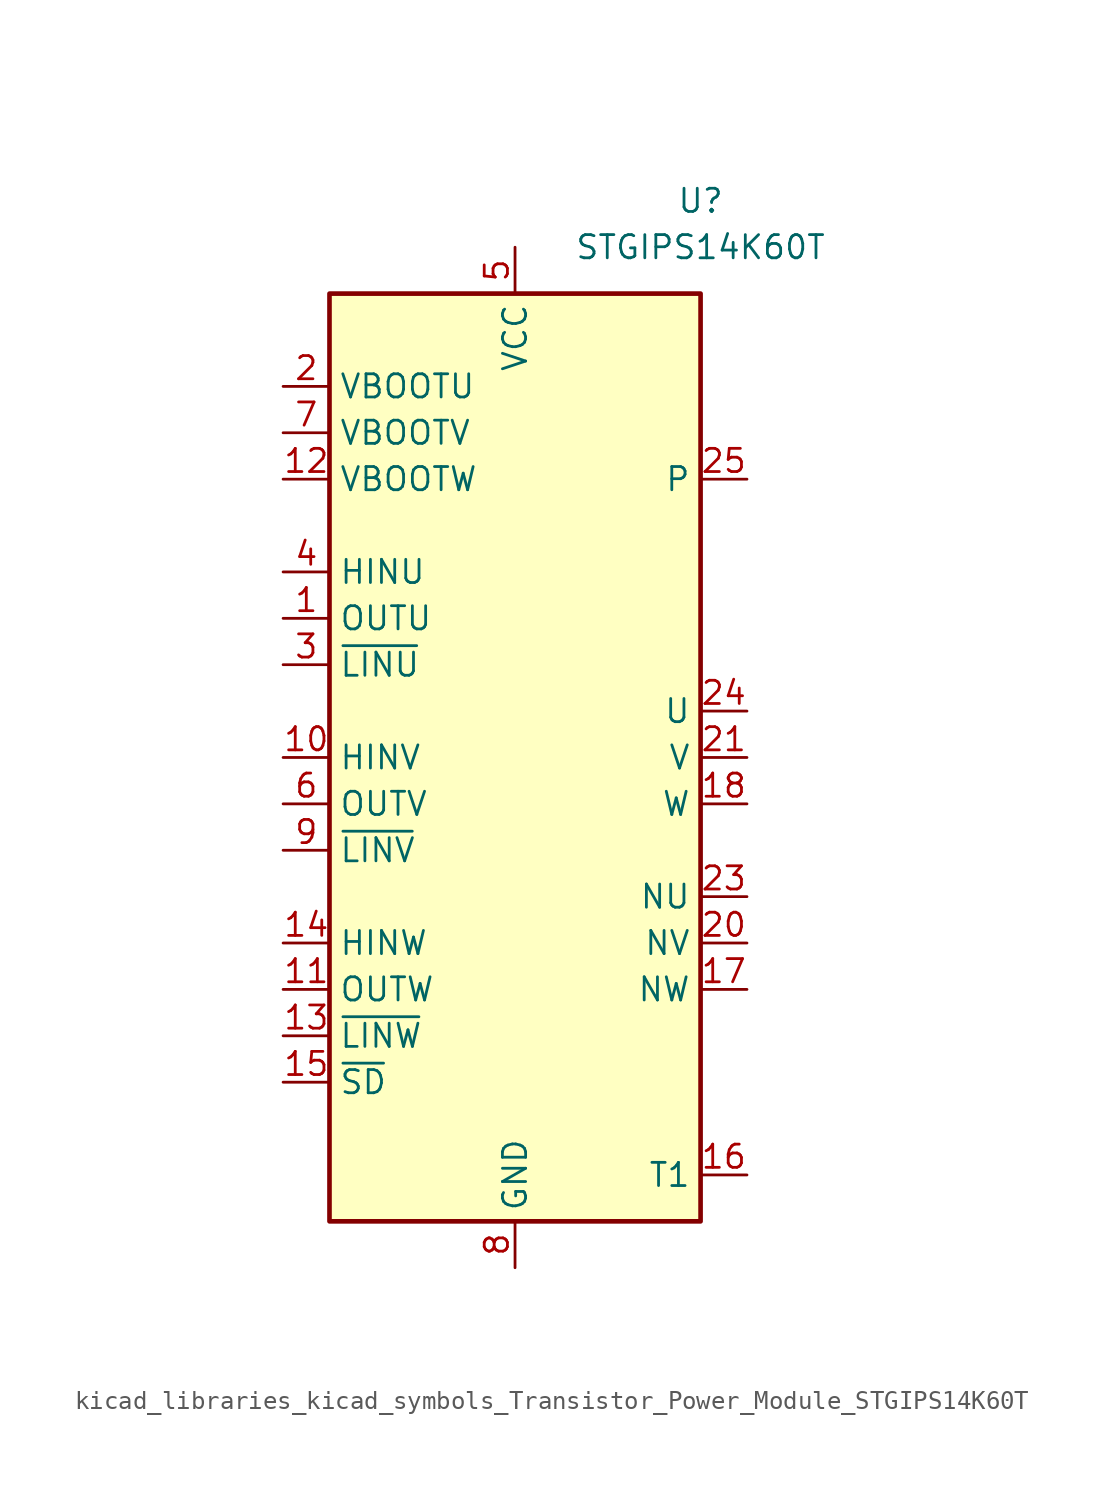
<source format=kicad_sym>
(kicad_symbol_lib
  (version 20220914)
  (generator kicad_symbol_editor)
  (symbol "kicad_libraries_kicad_symbols_Transistor_Power_Module_STGIPS14K60T"
    (property "Reference" "U"
      (at 10.16 30.48 0)
      (effects (font (size 1.27 1.27))))
    (property "Value" "STGIPS14K60T"
      (at 10.16 27.94 0)
      (effects (font (size 1.27 1.27))))
    (symbol "kicad_libraries_kicad_symbols_Transistor_Power_Module_STGIPS14K60T_0_1"
      (rectangle (start -10.16 25.4) (end 10.16 -25.4) (stroke (width 0.254) (type default)) (fill (type background))))
    (symbol "kicad_libraries_kicad_symbols_Transistor_Power_Module_STGIPS14K60T_1_1"
      (pin output line (at -12.7 7.62 0) (length 2.54) (name "OUTU" (effects (font (size 1.27 1.27)))) (number "1" (effects (font (size 1.27 1.27)))))
      (pin input line (at -12.7 0 0) (length 2.54) (name "HINV" (effects (font (size 1.27 1.27)))) (number "10" (effects (font (size 1.27 1.27)))))
      (pin output line (at -12.7 -12.7 0) (length 2.54) (name "OUTW" (effects (font (size 1.27 1.27)))) (number "11" (effects (font (size 1.27 1.27)))))
      (pin passive line (at -12.7 15.24 0) (length 2.54) (name "VBOOTW" (effects (font (size 1.27 1.27)))) (number "12" (effects (font (size 1.27 1.27)))))
      (pin input line (at -12.7 -15.24 0) (length 2.54) (name "~{LINW}" (effects (font (size 1.27 1.27)))) (number "13" (effects (font (size 1.27 1.27)))))
      (pin input line (at -12.7 -10.16 0) (length 2.54) (name "HINW" (effects (font (size 1.27 1.27)))) (number "14" (effects (font (size 1.27 1.27)))))
      (pin input line (at -12.7 -17.78 0) (length 2.54) (name "~{SD}" (effects (font (size 1.27 1.27)))) (number "15" (effects (font (size 1.27 1.27)))))
      (pin passive line (at 12.7 -22.86 180) (length 2.54) (name "T1" (effects (font (size 1.27 1.27)))) (number "16" (effects (font (size 1.27 1.27)))))
      (pin passive line (at 12.7 -12.7 180) (length 2.54) (name "NW" (effects (font (size 1.27 1.27)))) (number "17" (effects (font (size 1.27 1.27)))))
      (pin passive line (at 12.7 -2.54 180) (length 2.54) (name "W" (effects (font (size 1.27 1.27)))) (number "18" (effects (font (size 1.27 1.27)))))
      (pin passive line (at 12.7 15.24 180) (length 2.54) hide (name "P" (effects (font (size 1.27 1.27)))) (number "19" (effects (font (size 1.27 1.27)))))
      (pin passive line (at -12.7 20.32 0) (length 2.54) (name "VBOOTU" (effects (font (size 1.27 1.27)))) (number "2" (effects (font (size 1.27 1.27)))))
      (pin passive line (at 12.7 -10.16 180) (length 2.54) (name "NV" (effects (font (size 1.27 1.27)))) (number "20" (effects (font (size 1.27 1.27)))))
      (pin passive line (at 12.7 0 180) (length 2.54) (name "V" (effects (font (size 1.27 1.27)))) (number "21" (effects (font (size 1.27 1.27)))))
      (pin passive line (at 12.7 15.24 180) (length 2.54) hide (name "P" (effects (font (size 1.27 1.27)))) (number "22" (effects (font (size 1.27 1.27)))))
      (pin passive line (at 12.7 -7.62 180) (length 2.54) (name "NU" (effects (font (size 1.27 1.27)))) (number "23" (effects (font (size 1.27 1.27)))))
      (pin passive line (at 12.7 2.54 180) (length 2.54) (name "U" (effects (font (size 1.27 1.27)))) (number "24" (effects (font (size 1.27 1.27)))))
      (pin passive line (at 12.7 15.24 180) (length 2.54) (name "P" (effects (font (size 1.27 1.27)))) (number "25" (effects (font (size 1.27 1.27)))))
      (pin input line (at -12.7 5.08 0) (length 2.54) (name "~{LINU}" (effects (font (size 1.27 1.27)))) (number "3" (effects (font (size 1.27 1.27)))))
      (pin input line (at -12.7 10.16 0) (length 2.54) (name "HINU" (effects (font (size 1.27 1.27)))) (number "4" (effects (font (size 1.27 1.27)))))
      (pin power_in line (at 0 27.94 270) (length 2.54) (name "VCC" (effects (font (size 1.27 1.27)))) (number "5" (effects (font (size 1.27 1.27)))))
      (pin output line (at -12.7 -2.54 0) (length 2.54) (name "OUTV" (effects (font (size 1.27 1.27)))) (number "6" (effects (font (size 1.27 1.27)))))
      (pin passive line (at -12.7 17.78 0) (length 2.54) (name "VBOOTV" (effects (font (size 1.27 1.27)))) (number "7" (effects (font (size 1.27 1.27)))))
      (pin power_in line (at 0 -27.94 90) (length 2.54) (name "GND" (effects (font (size 1.27 1.27)))) (number "8" (effects (font (size 1.27 1.27)))))
      (pin input line (at -12.7 -5.08 0) (length 2.54) (name "~{LINV}" (effects (font (size 1.27 1.27)))) (number "9" (effects (font (size 1.27 1.27))))))))
</source>
